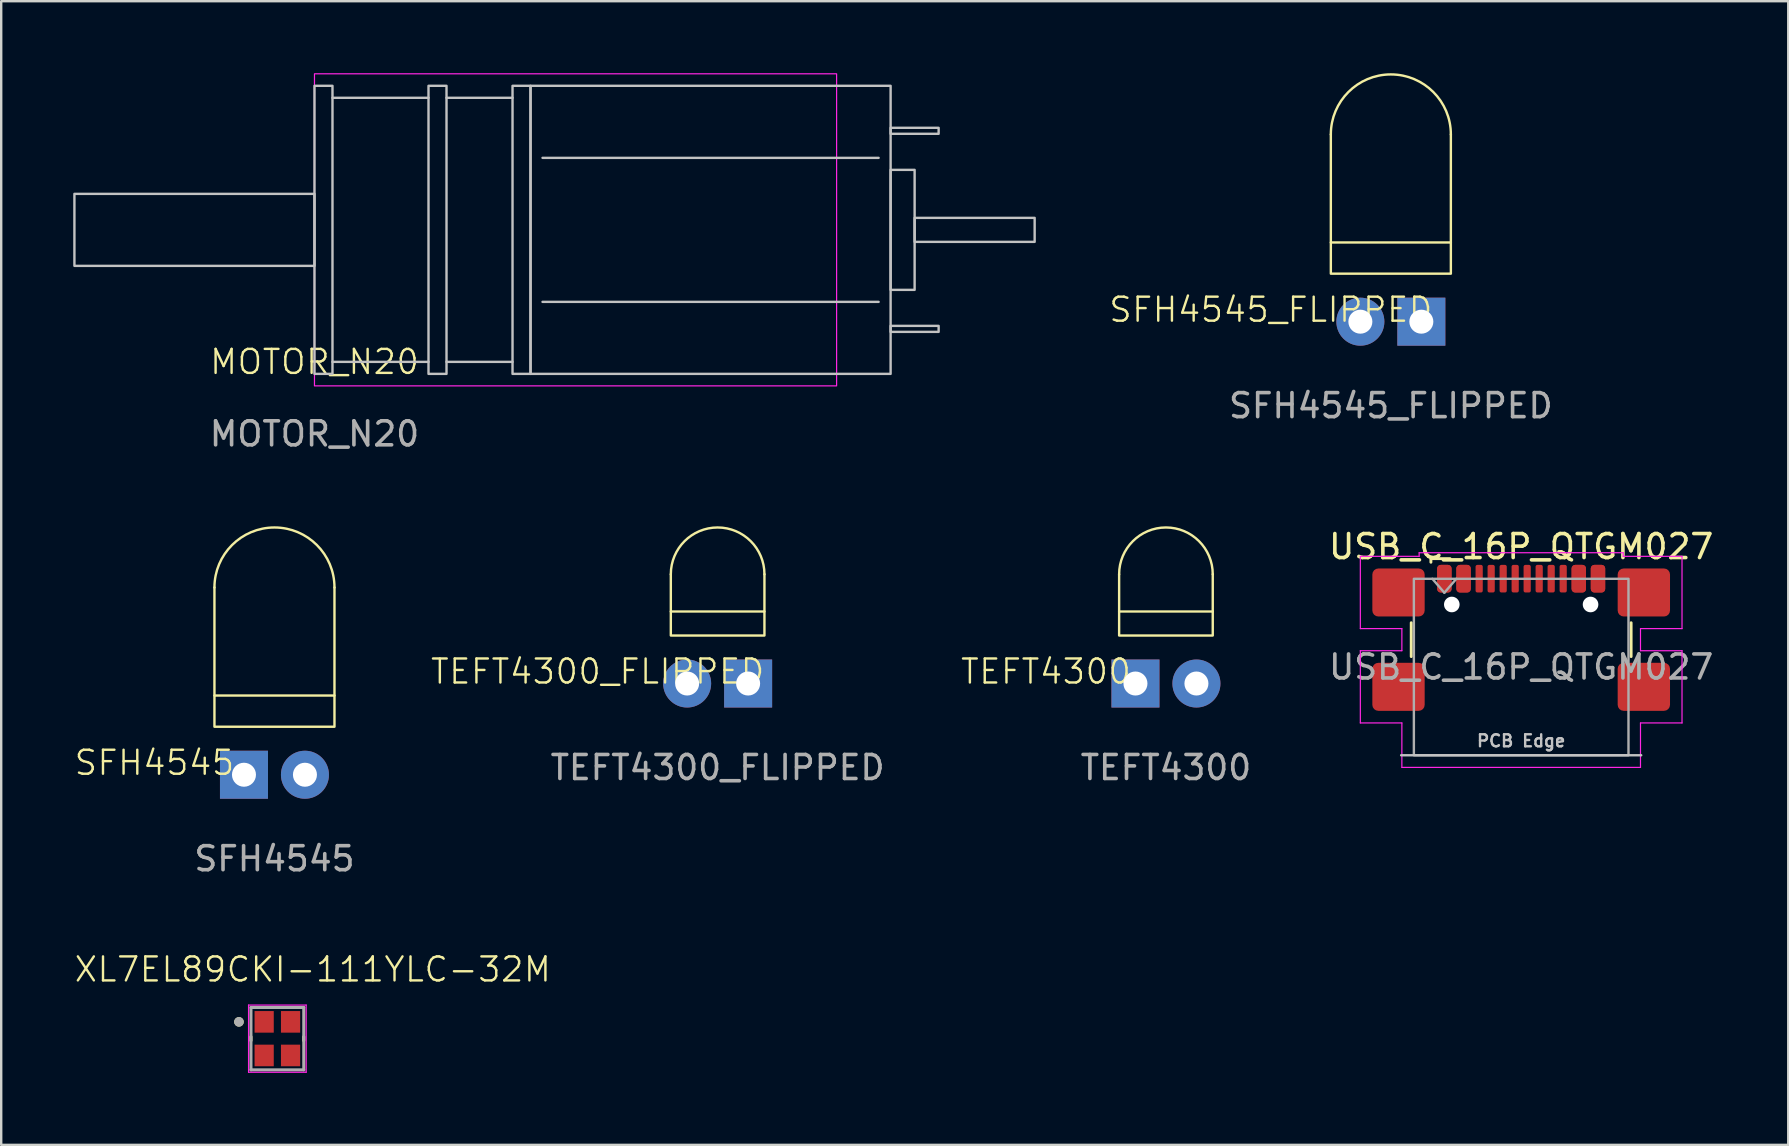
<source format=kicad_pcb>
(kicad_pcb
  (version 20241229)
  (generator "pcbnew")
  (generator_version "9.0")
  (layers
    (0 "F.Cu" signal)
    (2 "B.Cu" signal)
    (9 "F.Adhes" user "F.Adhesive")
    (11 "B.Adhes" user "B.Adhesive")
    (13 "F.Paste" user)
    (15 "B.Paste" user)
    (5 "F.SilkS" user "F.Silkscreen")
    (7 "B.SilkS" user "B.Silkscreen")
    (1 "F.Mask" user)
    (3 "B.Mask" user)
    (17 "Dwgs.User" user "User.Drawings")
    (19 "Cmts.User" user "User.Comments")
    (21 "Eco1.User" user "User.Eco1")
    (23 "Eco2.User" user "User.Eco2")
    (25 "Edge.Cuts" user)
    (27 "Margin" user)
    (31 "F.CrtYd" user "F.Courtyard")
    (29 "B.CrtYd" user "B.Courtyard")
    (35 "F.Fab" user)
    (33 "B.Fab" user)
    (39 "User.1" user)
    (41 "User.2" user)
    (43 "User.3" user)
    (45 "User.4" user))
  (footprint "SFH4545"
    (layer "F.Cu")
    (at 8.383 29.223)
    (property "Reference" "SFH4545" (at -5 -0.5 0) (unlocked yes) (layer "F.SilkS") (effects (font (size 1 1) (thickness 0.1))))
    (attr through_hole)
    (fp_line (start -2.5 -7.8) (end -2.5 -3.3) (stroke (width 0.1) (type default)) (layer "F.SilkS"))
    (fp_line (start 2.5 -7.8) (end 2.5 -3.3) (stroke (width 0.1) (type default)) (layer "F.SilkS"))
    (fp_rect (start -2.5 -3.3) (end 2.5 -2) (stroke (width 0.1) (type default)) (fill no) (layer "F.SilkS"))
    (fp_arc (start -2.5 -7.8) (mid 0 -10.3) (end 2.5 -7.8) (stroke (width 0.1) (type default)) (layer "F.SilkS"))
    (fp_text user "${REFERENCE}" (at 0 3.5 0) (unlocked yes) (layer "F.Fab") (effects (font (size 1 1) (thickness 0.15))))
    (pad "1" thru_hole rect (at -1.27 0) (size 2 2) (drill 1) (layers "*.Cu" "*.Mask"))
    (pad "2" thru_hole circle (at 1.27 0) (size 2 2) (drill 1) (layers "*.Cu" "*.Mask")))
  (footprint "TEFT4300"
    (layer "F.Cu")
    (at 45.519 25.423)
    (property "Reference" "TEFT4300" (at -5 -0.5 0) (unlocked yes) (layer "F.SilkS") (effects (font (size 1 1) (thickness 0.1))))
    (attr through_hole)
    (fp_line (start -1.95 -4.55) (end -1.95 -3) (stroke (width 0.1) (type default)) (layer "F.SilkS"))
    (fp_line (start 1.95 -4.55) (end 1.95 -3) (stroke (width 0.1) (type default)) (layer "F.SilkS"))
    (fp_rect (start -1.95 -3) (end 1.95 -2) (stroke (width 0.1) (type default)) (fill no) (layer "F.SilkS"))
    (fp_arc (start -1.95 -4.55) (mid 0 -6.5) (end 1.95 -4.55) (stroke (width 0.1) (type default)) (layer "F.SilkS"))
    (fp_text user "${REFERENCE}" (at 0 3.5 0) (unlocked yes) (layer "F.Fab") (effects (font (size 1 1) (thickness 0.15))))
    (pad "1" thru_hole rect (at -1.27 0) (size 2 2) (drill 1) (layers "*.Cu" "*.Mask"))
    (pad "2" thru_hole circle (at 1.27 0) (size 2 2) (drill 1) (layers "*.Cu" "*.Mask")))
  (footprint "USB_C_16P_QTGM027"
    (layer "F.Cu")
    (at 60.317 23.346)
    (property "Reference" "USB_C_16P_QTGM027" (at 0 -3.625 0) (unlocked yes) (layer "F.SilkS") (effects (font (size 1 1) (thickness 0.15))))
    (attr smd)
    (fp_line (start -4.58 0.955) (end -4.58 -0.455) (stroke (width 0.12) (type default)) (layer "F.SilkS"))
    (fp_line (start -3.76 -3.125) (end -3.76 -2.975) (stroke (width 0.12) (type default)) (layer "F.SilkS"))
    (fp_line (start -2.96 -3.125) (end -3.76 -3.125) (stroke (width 0.12) (type default)) (layer "F.SilkS"))
    (fp_line (start 4.58 0.955) (end 4.58 -0.455) (stroke (width 0.12) (type default)) (layer "F.SilkS"))
    (fp_line (start -5 5.065) (end 5 5.065) (stroke (width 0.1) (type default)) (layer "Dwgs.User"))
    (fp_line (start -6.7 -3.22) (end -4.25 -3.22) (stroke (width 0.05) (type default)) (layer "F.CrtYd"))
    (fp_line (start -6.7 -0.21) (end -6.7 -3.22) (stroke (width 0.05) (type default)) (layer "F.CrtYd"))
    (fp_line (start -6.7 0.71) (end -4.97 0.71) (stroke (width 0.05) (type default)) (layer "F.CrtYd"))
    (fp_line (start -6.7 3.72) (end -6.7 0.71) (stroke (width 0.05) (type default)) (layer "F.CrtYd"))
    (fp_line (start -4.97 -0.21) (end -6.7 -0.21) (stroke (width 0.05) (type default)) (layer "F.CrtYd"))
    (fp_line (start -4.97 0.71) (end -4.97 -0.21) (stroke (width 0.05) (type default)) (layer "F.CrtYd"))
    (fp_line (start -4.97 3.72) (end -6.7 3.72) (stroke (width 0.05) (type default)) (layer "F.CrtYd"))
    (fp_line (start -4.97 5.57) (end -4.97 3.72) (stroke (width 0.05) (type default)) (layer "F.CrtYd"))
    (fp_line (start -4.25 -3.37) (end 4.25 -3.37) (stroke (width 0.05) (type default)) (layer "F.CrtYd"))
    (fp_line (start -4.25 -3.22) (end -4.25 -3.37) (stroke (width 0.05) (type default)) (layer "F.CrtYd"))
    (fp_line (start 4.25 -3.37) (end 4.25 -3.22) (stroke (width 0.05) (type default)) (layer "F.CrtYd"))
    (fp_line (start 4.25 -3.22) (end 6.7 -3.22) (stroke (width 0.05) (type default)) (layer "F.CrtYd"))
    (fp_line (start 4.97 -0.21) (end 4.97 0.71) (stroke (width 0.05) (type default)) (layer "F.CrtYd"))
    (fp_line (start 4.97 0.71) (end 6.7 0.71) (stroke (width 0.05) (type default)) (layer "F.CrtYd"))
    (fp_line (start 4.97 3.72) (end 4.97 5.57) (stroke (width 0.05) (type default)) (layer "F.CrtYd"))
    (fp_line (start 4.97 5.57) (end -4.97 5.57) (stroke (width 0.05) (type default)) (layer "F.CrtYd"))
    (fp_line (start 6.7 -3.22) (end 6.7 -0.21) (stroke (width 0.05) (type default)) (layer "F.CrtYd"))
    (fp_line (start 6.7 -0.21) (end 4.97 -0.21) (stroke (width 0.05) (type default)) (layer "F.CrtYd"))
    (fp_line (start 6.7 0.71) (end 6.7 3.72) (stroke (width 0.05) (type default)) (layer "F.CrtYd"))
    (fp_line (start 6.7 3.72) (end 4.97 3.72) (stroke (width 0.05) (type default)) (layer "F.CrtYd"))
    (fp_line (start -3.7 -2.285) (end -3.2 -1.705) (stroke (width 0.1) (type default)) (layer "F.Fab"))
    (fp_line (start -3.2 -1.705) (end -2.7 -2.285) (stroke (width 0.1) (type default)) (layer "F.Fab"))
    (fp_rect (start -4.47 -2.285) (end 4.47 5.065) (stroke (width 0.1) (type default)) (fill no) (layer "F.Fab"))
    (fp_text user "PCB Edge" (at 0 4.465 0) (unlocked yes) (layer "Dwgs.User") (effects (font (size 0.5 0.5) (thickness 0.1) (bold yes))))
    (fp_text user "${REFERENCE}" (at 0 1.39 0) (unlocked yes) (layer "F.Fab") (effects (font (size 1 1) (thickness 0.15))))
    (pad "" np_thru_hole circle (at -2.89 -1.215) (size 0.65 0.65) (drill 0.65) (layers "*.Cu" "*.Mask"))
    (pad "" np_thru_hole circle (at 2.89 -1.215) (size 0.65 0.65) (drill 0.65) (layers "*.Cu" "*.Mask"))
    (pad "A1" smd roundrect (at -3.2 -2.29) (size 0.6 1.15) (layers "F.Cu" "F.Mask" "F.Paste") (roundrect_rratio 0.25))
    (pad "A4" smd roundrect (at -2.4 -2.29) (size 0.6 1.15) (layers "F.Cu" "F.Mask" "F.Paste") (roundrect_rratio 0.25))
    (pad "A5" smd roundrect (at -1.25 -2.29) (size 0.3 1.15) (layers "F.Cu" "F.Mask" "F.Paste") (roundrect_rratio 0.25))
    (pad "A6" smd roundrect (at -0.25 -2.29) (size 0.3 1.15) (layers "F.Cu" "F.Mask" "F.Paste") (roundrect_rratio 0.25))
    (pad "A7" smd roundrect (at 0.25 -2.29) (size 0.3 1.15) (layers "F.Cu" "F.Mask" "F.Paste") (roundrect_rratio 0.25))
    (pad "A8" smd roundrect (at 1.25 -2.29) (size 0.3 1.15) (layers "F.Cu" "F.Mask" "F.Paste") (roundrect_rratio 0.25))
    (pad "A9" smd roundrect (at 2.4 -2.29) (size 0.6 1.15) (layers "F.Cu" "F.Mask" "F.Paste") (roundrect_rratio 0.25))
    (pad "A12" smd roundrect (at 3.2 -2.29) (size 0.6 1.15) (layers "F.Cu" "F.Mask" "F.Paste") (roundrect_rratio 0.25))
    (pad "B1" smd roundrect (at 3.2 -2.29) (size 0.6 1.15) (layers "F.Cu" "F.Mask" "F.Paste") (roundrect_rratio 0.25))
    (pad "B4" smd roundrect (at 2.4 -2.29) (size 0.6 1.15) (layers "F.Cu" "F.Mask" "F.Paste") (roundrect_rratio 0.25))
    (pad "B5" smd roundrect (at 1.75 -2.29) (size 0.3 1.15) (layers "F.Cu" "F.Mask" "F.Paste") (roundrect_rratio 0.25))
    (pad "B6" smd roundrect (at 0.75 -2.29) (size 0.3 1.15) (layers "F.Cu" "F.Mask" "F.Paste") (roundrect_rratio 0.25))
    (pad "B7" smd roundrect (at -0.75 -2.29) (size 0.3 1.15) (layers "F.Cu" "F.Mask" "F.Paste") (roundrect_rratio 0.25))
    (pad "B8" smd roundrect (at -1.75 -2.29) (size 0.3 1.15) (layers "F.Cu" "F.Mask" "F.Paste") (roundrect_rratio 0.25))
    (pad "B9" smd roundrect (at -2.4 -2.29) (size 0.6 1.15) (layers "F.Cu" "F.Mask" "F.Paste") (roundrect_rratio 0.25))
    (pad "B12" smd roundrect (at -3.2 -2.29) (size 0.6 1.15) (layers "F.Cu" "F.Mask" "F.Paste") (roundrect_rratio 0.25))
    (pad "S1" smd roundrect (at -5.11 -1.715) (size 2.18 2) (layers "F.Cu" "F.Mask" "F.Paste") (roundrect_rratio 0.125))
    (pad "S1" smd roundrect (at -5.11 2.215) (size 2.18 2) (layers "F.Cu" "F.Mask" "F.Paste") (roundrect_rratio 0.125))
    (pad "S1" smd roundrect (at 5.11 -1.715) (size 2.18 2) (layers "F.Cu" "F.Mask" "F.Paste") (roundrect_rratio 0.125))
    (pad "S1" smd roundrect (at 5.11 2.215) (size 2.18 2) (layers "F.Cu" "F.Mask" "F.Paste") (roundrect_rratio 0.125)))
  (footprint "SFH4545_FLIPPED"
    (layer "F.Cu")
    (at 54.888 10.35)
    (property "Reference" "SFH4545_FLIPPED" (at -5 -0.5 0) (unlocked yes) (layer "F.SilkS") (effects (font (size 1 1) (thickness 0.1))))
    (attr through_hole)
    (fp_line (start -2.5 -7.8) (end -2.5 -3.3) (stroke (width 0.1) (type default)) (layer "F.SilkS"))
    (fp_line (start 2.5 -7.8) (end 2.5 -3.3) (stroke (width 0.1) (type default)) (layer "F.SilkS"))
    (fp_rect (start -2.5 -3.3) (end 2.5 -2) (stroke (width 0.1) (type default)) (fill no) (layer "F.SilkS"))
    (fp_arc (start -2.5 -7.8) (mid 0 -10.3) (end 2.5 -7.8) (stroke (width 0.1) (type default)) (layer "F.SilkS"))
    (fp_text user "${REFERENCE}" (at 0 3.5 0) (unlocked yes) (layer "F.Fab") (effects (font (size 1 1) (thickness 0.15))))
    (pad "1" thru_hole rect (at 1.27 0) (size 2 2) (drill 1) (layers "*.Cu" "*.Mask"))
    (pad "2" thru_hole circle (at -1.27 0) (size 2 2) (drill 1) (layers "*.Cu" "*.Mask")))
  (footprint "XL7EL89CKI-111YLC-32M"
    (layer "F.Cu")
    (at 8.504 40.217)
    (property "Reference" "XL7EL89CKI-111YLC-32M" (at 1.475 -2.885 0) (layer "F.SilkS") (effects (font (size 1 1) (thickness 0.1))))
    (attr smd)
    (fp_line (start -1.1 -0.08) (end -1.1 0.08) (stroke (width 0.127) (type solid)) (layer "F.SilkS"))
    (fp_line (start 1.1 -0.08) (end 1.1 0.08) (stroke (width 0.127) (type solid)) (layer "F.SilkS"))
    (fp_circle (center -1.6 -0.7) (end -1.5 -0.7) (stroke (width 0.2) (type solid)) (fill no) (layer "F.SilkS"))
    (fp_line (start -1.2 -1.4) (end -1.2 1.4) (stroke (width 0.05) (type solid)) (layer "F.CrtYd"))
    (fp_line (start -1.2 -1.4) (end 1.2 -1.4) (stroke (width 0.05) (type solid)) (layer "F.CrtYd"))
    (fp_line (start 1.2 -1.4) (end 1.2 1.4) (stroke (width 0.05) (type solid)) (layer "F.CrtYd"))
    (fp_line (start 1.2 1.4) (end -1.2 1.4) (stroke (width 0.05) (type solid)) (layer "F.CrtYd"))
    (fp_line (start -1.1 -1.3) (end -1.1 1.3) (stroke (width 0.127) (type solid)) (layer "F.Fab"))
    (fp_line (start -1.1 -1.3) (end 1.1 -1.3) (stroke (width 0.127) (type solid)) (layer "F.Fab"))
    (fp_line (start 1.1 -1.3) (end 1.1 1.3) (stroke (width 0.127) (type solid)) (layer "F.Fab"))
    (fp_line (start 1.1 1.3) (end -1.1 1.3) (stroke (width 0.127) (type solid)) (layer "F.Fab"))
    (fp_circle (center -1.6 -0.7) (end -1.5 -0.7) (stroke (width 0.2) (type solid)) (fill no) (layer "F.Fab"))
    (pad "1" smd rect (at -0.55 -0.7) (size 0.8 0.9) (layers "F.Cu" "F.Mask" "F.Paste"))
    (pad "2" smd rect (at -0.55 0.7) (size 0.8 0.9) (layers "F.Cu" "F.Mask" "F.Paste"))
    (pad "3" smd rect (at 0.55 0.7) (size 0.8 0.9) (layers "F.Cu" "F.Mask" "F.Paste"))
    (pad "4" smd rect (at 0.55 -0.7) (size 0.8 0.9) (layers "F.Cu" "F.Mask" "F.Paste")))
  (footprint "TEFT4300_FLIPPED"
    (layer "F.Cu")
    (at 26.844 25.423)
    (property "Reference" "TEFT4300_FLIPPED" (at -5 -0.5 0) (unlocked yes) (layer "F.SilkS") (effects (font (size 1 1) (thickness 0.1))))
    (attr through_hole)
    (fp_line (start -1.95 -4.55) (end -1.95 -3) (stroke (width 0.1) (type default)) (layer "F.SilkS"))
    (fp_line (start 1.95 -4.55) (end 1.95 -3) (stroke (width 0.1) (type default)) (layer "F.SilkS"))
    (fp_rect (start -1.95 -3) (end 1.95 -2) (stroke (width 0.1) (type default)) (fill no) (layer "F.SilkS"))
    (fp_arc (start -1.95 -4.55) (mid 0 -6.5) (end 1.95 -4.55) (stroke (width 0.1) (type default)) (layer "F.SilkS"))
    (fp_text user "${REFERENCE}" (at 0 3.5 0) (unlocked yes) (layer "F.Fab") (effects (font (size 1 1) (thickness 0.15))))
    (pad "1" thru_hole rect (at 1.27 0) (size 2 2) (drill 1) (layers "*.Cu" "*.Mask"))
    (pad "2" thru_hole circle (at -1.27 0) (size 2 2) (drill 1) (layers "*.Cu" "*.Mask")))
  (footprint "MOTOR_N20"
    (layer "F.Cu")
    (at 10.05 12.525)
    (property "Reference" "MOTOR_N20" (at 0 -0.5 0) (unlocked yes) (layer "F.SilkS") (effects (font (size 1 1) (thickness 0.1))))
    (attr smd)
    (fp_line (start 4.75 -11.5) (end 0.75 -11.5) (stroke (width 0.1) (type default)) (layer "Dwgs.User"))
    (fp_line (start 4.75 -0.5) (end 0.75 -0.5) (stroke (width 0.1) (type default)) (layer "Dwgs.User"))
    (fp_line (start 8.25 -11.5) (end 5.5 -11.5) (stroke (width 0.1) (type default)) (layer "Dwgs.User"))
    (fp_line (start 8.25 -0.5) (end 5.5 -0.5) (stroke (width 0.1) (type default)) (layer "Dwgs.User"))
    (fp_line (start 9.5 -9) (end 23.5 -9) (stroke (width 0.1) (type default)) (layer "Dwgs.User"))
    (fp_line (start 23.5 -3) (end 9.5 -3) (stroke (width 0.1) (type default)) (layer "Dwgs.User"))
    (fp_rect (start -10 -7.5) (end 0 -4.5) (stroke (width 0.1) (type default)) (fill no) (layer "Dwgs.User"))
    (fp_rect (start 0 -12) (end 0.75 0) (stroke (width 0.1) (type default)) (fill no) (layer "Dwgs.User"))
    (fp_rect (start 4.75 -12) (end 5.5 0) (stroke (width 0.1) (type default)) (fill no) (layer "Dwgs.User"))
    (fp_rect (start 8.25 -12) (end 9 0) (stroke (width 0.1) (type default)) (fill no) (layer "Dwgs.User"))
    (fp_rect (start 9 -12) (end 24 0) (stroke (width 0.1) (type default)) (fill no) (layer "Dwgs.User"))
    (fp_rect (start 24 -10.25) (end 26 -10) (stroke (width 0.1) (type default)) (fill no) (layer "Dwgs.User"))
    (fp_rect (start 24 -8.5) (end 25 -3.5) (stroke (width 0.1) (type default)) (fill no) (layer "Dwgs.User"))
    (fp_rect (start 24 -2) (end 26 -1.75) (stroke (width 0.1) (type default)) (fill no) (layer "Dwgs.User"))
    (fp_rect (start 25 -6.5) (end 30 -5.5) (stroke (width 0.1) (type default)) (fill no) (layer "Dwgs.User"))
    (fp_rect (start 0 -12.5) (end 21.75 0.5) (stroke (width 0.05) (type default)) (fill no) (layer "F.CrtYd"))
    (fp_text user "${REFERENCE}" (at 0 2.5 0) (unlocked yes) (layer "F.Fab") (effects (font (size 1 1) (thickness 0.15)))))
  (gr_rect
    (start -3 -3)
    (end 71.442 44.642)
    (stroke (width 0.1) (type default))
    (fill no)
    (layer "Edge.Cuts")))
</source>
